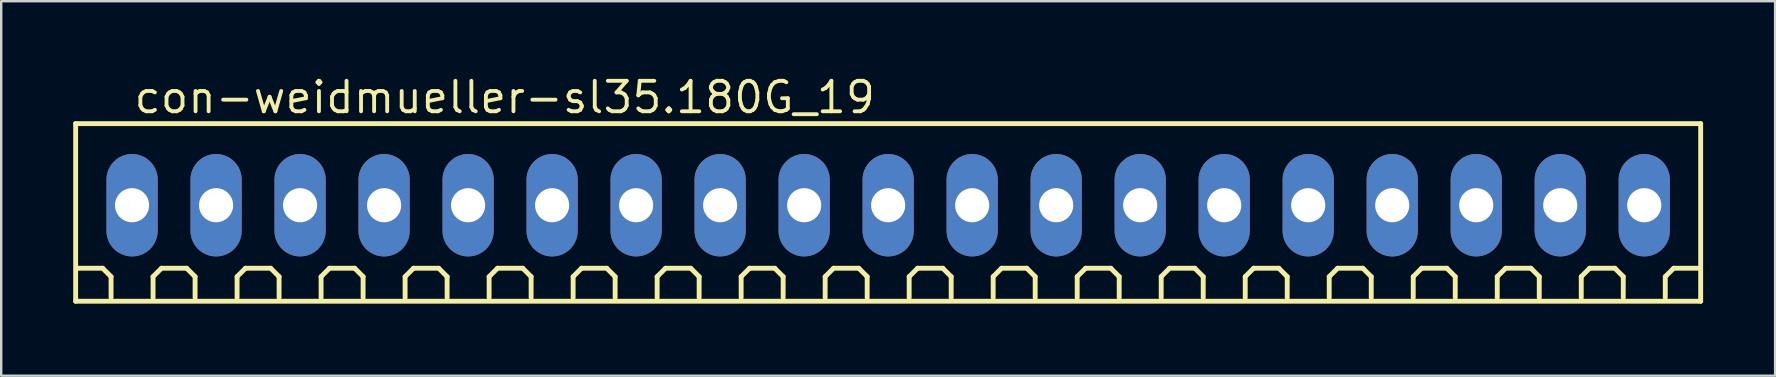
<source format=kicad_pcb>
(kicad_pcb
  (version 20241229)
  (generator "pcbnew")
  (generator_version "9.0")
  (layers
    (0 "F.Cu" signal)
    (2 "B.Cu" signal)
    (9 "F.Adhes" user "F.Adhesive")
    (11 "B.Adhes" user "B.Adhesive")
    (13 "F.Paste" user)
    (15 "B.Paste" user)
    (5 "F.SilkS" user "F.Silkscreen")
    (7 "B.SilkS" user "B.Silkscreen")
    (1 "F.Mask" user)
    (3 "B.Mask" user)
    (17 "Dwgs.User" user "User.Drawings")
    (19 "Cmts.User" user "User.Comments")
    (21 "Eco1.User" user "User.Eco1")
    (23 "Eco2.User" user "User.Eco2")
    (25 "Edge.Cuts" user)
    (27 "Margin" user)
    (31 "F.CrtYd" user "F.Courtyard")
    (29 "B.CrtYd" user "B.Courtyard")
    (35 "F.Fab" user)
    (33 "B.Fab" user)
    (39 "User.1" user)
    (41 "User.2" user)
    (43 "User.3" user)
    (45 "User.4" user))
  (footprint "con-weidmueller-sl35.180G_19"
    (layer "F.Cu")
    (at 33.952 5.5)
    (property "Reference" "con-weidmueller-sl35.180G_19" (at -31.5 -3.75 0) (layer "F.SilkS") (effects (font (size 1.27 1.27) (thickness 0.16)) (justify left bottom)))
    (attr through_hole)
    (fp_line (start -33.85 -3.4) (end 33.85 -3.4) (stroke (width 0.203) (type default)) (layer "F.SilkS"))
    (fp_line (start -33.85 4) (end -33.85 -3.4) (stroke (width 0.203) (type default)) (layer "F.SilkS"))
    (fp_line (start -32.725 2.625) (end -33.775 2.625) (stroke (width 0.203) (type default)) (layer "F.SilkS"))
    (fp_line (start -32.375 2.975) (end -32.725 2.625) (stroke (width 0.203) (type default)) (layer "F.SilkS"))
    (fp_line (start -32.375 3.85) (end -32.375 2.975) (stroke (width 0.203) (type default)) (layer "F.SilkS"))
    (fp_line (start -30.625 2.975) (end -30.275 2.625) (stroke (width 0.203) (type default)) (layer "F.SilkS"))
    (fp_line (start -30.625 3.85) (end -30.625 2.975) (stroke (width 0.203) (type default)) (layer "F.SilkS"))
    (fp_line (start -30.275 2.625) (end -29.225 2.625) (stroke (width 0.203) (type default)) (layer "F.SilkS"))
    (fp_line (start -29.225 2.625) (end -28.875 2.975) (stroke (width 0.203) (type default)) (layer "F.SilkS"))
    (fp_line (start -28.875 2.975) (end -28.875 3.85) (stroke (width 0.203) (type default)) (layer "F.SilkS"))
    (fp_line (start -27.125 2.975) (end -26.775 2.625) (stroke (width 0.203) (type default)) (layer "F.SilkS"))
    (fp_line (start -27.125 3.85) (end -27.125 2.975) (stroke (width 0.203) (type default)) (layer "F.SilkS"))
    (fp_line (start -26.775 2.625) (end -25.725 2.625) (stroke (width 0.203) (type default)) (layer "F.SilkS"))
    (fp_line (start -25.725 2.625) (end -25.375 2.975) (stroke (width 0.203) (type default)) (layer "F.SilkS"))
    (fp_line (start -25.375 2.975) (end -25.375 3.85) (stroke (width 0.203) (type default)) (layer "F.SilkS"))
    (fp_line (start -23.625 2.975) (end -23.275 2.625) (stroke (width 0.203) (type default)) (layer "F.SilkS"))
    (fp_line (start -23.625 3.85) (end -23.625 2.975) (stroke (width 0.203) (type default)) (layer "F.SilkS"))
    (fp_line (start -23.275 2.625) (end -22.225 2.625) (stroke (width 0.203) (type default)) (layer "F.SilkS"))
    (fp_line (start -22.225 2.625) (end -21.875 2.975) (stroke (width 0.203) (type default)) (layer "F.SilkS"))
    (fp_line (start -21.875 2.975) (end -21.875 3.85) (stroke (width 0.203) (type default)) (layer "F.SilkS"))
    (fp_line (start -20.125 2.975) (end -19.775 2.625) (stroke (width 0.203) (type default)) (layer "F.SilkS"))
    (fp_line (start -20.125 3.85) (end -20.125 2.975) (stroke (width 0.203) (type default)) (layer "F.SilkS"))
    (fp_line (start -19.775 2.625) (end -18.725 2.625) (stroke (width 0.203) (type default)) (layer "F.SilkS"))
    (fp_line (start -18.725 2.625) (end -18.375 2.975) (stroke (width 0.203) (type default)) (layer "F.SilkS"))
    (fp_line (start -18.375 2.975) (end -18.375 3.85) (stroke (width 0.203) (type default)) (layer "F.SilkS"))
    (fp_line (start -16.625 2.975) (end -16.275 2.625) (stroke (width 0.203) (type default)) (layer "F.SilkS"))
    (fp_line (start -16.625 3.85) (end -16.625 2.975) (stroke (width 0.203) (type default)) (layer "F.SilkS"))
    (fp_line (start -16.275 2.625) (end -15.225 2.625) (stroke (width 0.203) (type default)) (layer "F.SilkS"))
    (fp_line (start -15.225 2.625) (end -14.875 2.975) (stroke (width 0.203) (type default)) (layer "F.SilkS"))
    (fp_line (start -14.875 2.975) (end -14.875 3.85) (stroke (width 0.203) (type default)) (layer "F.SilkS"))
    (fp_line (start -13.125 2.975) (end -12.775 2.625) (stroke (width 0.203) (type default)) (layer "F.SilkS"))
    (fp_line (start -13.125 3.85) (end -13.125 2.975) (stroke (width 0.203) (type default)) (layer "F.SilkS"))
    (fp_line (start -12.775 2.625) (end -11.725 2.625) (stroke (width 0.203) (type default)) (layer "F.SilkS"))
    (fp_line (start -11.725 2.625) (end -11.375 2.975) (stroke (width 0.203) (type default)) (layer "F.SilkS"))
    (fp_line (start -11.375 2.975) (end -11.375 3.85) (stroke (width 0.203) (type default)) (layer "F.SilkS"))
    (fp_line (start -9.625 2.975) (end -9.275 2.625) (stroke (width 0.203) (type default)) (layer "F.SilkS"))
    (fp_line (start -9.625 3.85) (end -9.625 2.975) (stroke (width 0.203) (type default)) (layer "F.SilkS"))
    (fp_line (start -9.275 2.625) (end -8.225 2.625) (stroke (width 0.203) (type default)) (layer "F.SilkS"))
    (fp_line (start -8.225 2.625) (end -7.875 2.975) (stroke (width 0.203) (type default)) (layer "F.SilkS"))
    (fp_line (start -7.875 2.975) (end -7.875 3.85) (stroke (width 0.203) (type default)) (layer "F.SilkS"))
    (fp_line (start -6.125 2.975) (end -5.775 2.625) (stroke (width 0.203) (type default)) (layer "F.SilkS"))
    (fp_line (start -6.125 3.85) (end -6.125 2.975) (stroke (width 0.203) (type default)) (layer "F.SilkS"))
    (fp_line (start -5.775 2.625) (end -4.725 2.625) (stroke (width 0.203) (type default)) (layer "F.SilkS"))
    (fp_line (start -4.725 2.625) (end -4.375 2.975) (stroke (width 0.203) (type default)) (layer "F.SilkS"))
    (fp_line (start -4.375 2.975) (end -4.375 3.85) (stroke (width 0.203) (type default)) (layer "F.SilkS"))
    (fp_line (start -2.625 2.975) (end -2.275 2.625) (stroke (width 0.203) (type default)) (layer "F.SilkS"))
    (fp_line (start -2.625 3.85) (end -2.625 2.975) (stroke (width 0.203) (type default)) (layer "F.SilkS"))
    (fp_line (start -2.275 2.625) (end -1.225 2.625) (stroke (width 0.203) (type default)) (layer "F.SilkS"))
    (fp_line (start -1.225 2.625) (end -0.875 2.975) (stroke (width 0.203) (type default)) (layer "F.SilkS"))
    (fp_line (start -0.875 2.975) (end -0.875 3.85) (stroke (width 0.203) (type default)) (layer "F.SilkS"))
    (fp_line (start 0.875 2.975) (end 1.225 2.625) (stroke (width 0.203) (type default)) (layer "F.SilkS"))
    (fp_line (start 0.875 3.85) (end 0.875 2.975) (stroke (width 0.203) (type default)) (layer "F.SilkS"))
    (fp_line (start 1.225 2.625) (end 2.275 2.625) (stroke (width 0.203) (type default)) (layer "F.SilkS"))
    (fp_line (start 2.275 2.625) (end 2.625 2.975) (stroke (width 0.203) (type default)) (layer "F.SilkS"))
    (fp_line (start 2.625 2.975) (end 2.625 3.85) (stroke (width 0.203) (type default)) (layer "F.SilkS"))
    (fp_line (start 4.375 2.975) (end 4.725 2.625) (stroke (width 0.203) (type default)) (layer "F.SilkS"))
    (fp_line (start 4.375 3.85) (end 4.375 2.975) (stroke (width 0.203) (type default)) (layer "F.SilkS"))
    (fp_line (start 4.725 2.625) (end 5.775 2.625) (stroke (width 0.203) (type default)) (layer "F.SilkS"))
    (fp_line (start 5.775 2.625) (end 6.125 2.975) (stroke (width 0.203) (type default)) (layer "F.SilkS"))
    (fp_line (start 6.125 2.975) (end 6.125 3.85) (stroke (width 0.203) (type default)) (layer "F.SilkS"))
    (fp_line (start 7.875 2.975) (end 8.225 2.625) (stroke (width 0.203) (type default)) (layer "F.SilkS"))
    (fp_line (start 7.875 3.85) (end 7.875 2.975) (stroke (width 0.203) (type default)) (layer "F.SilkS"))
    (fp_line (start 8.225 2.625) (end 9.275 2.625) (stroke (width 0.203) (type default)) (layer "F.SilkS"))
    (fp_line (start 9.275 2.625) (end 9.625 2.975) (stroke (width 0.203) (type default)) (layer "F.SilkS"))
    (fp_line (start 9.625 2.975) (end 9.625 3.85) (stroke (width 0.203) (type default)) (layer "F.SilkS"))
    (fp_line (start 11.375 2.975) (end 11.725 2.625) (stroke (width 0.203) (type default)) (layer "F.SilkS"))
    (fp_line (start 11.375 3.85) (end 11.375 2.975) (stroke (width 0.203) (type default)) (layer "F.SilkS"))
    (fp_line (start 11.725 2.625) (end 12.775 2.625) (stroke (width 0.203) (type default)) (layer "F.SilkS"))
    (fp_line (start 12.775 2.625) (end 13.125 2.975) (stroke (width 0.203) (type default)) (layer "F.SilkS"))
    (fp_line (start 13.125 2.975) (end 13.125 3.85) (stroke (width 0.203) (type default)) (layer "F.SilkS"))
    (fp_line (start 14.875 2.975) (end 15.225 2.625) (stroke (width 0.203) (type default)) (layer "F.SilkS"))
    (fp_line (start 14.875 3.85) (end 14.875 2.975) (stroke (width 0.203) (type default)) (layer "F.SilkS"))
    (fp_line (start 15.225 2.625) (end 16.275 2.625) (stroke (width 0.203) (type default)) (layer "F.SilkS"))
    (fp_line (start 16.275 2.625) (end 16.625 2.975) (stroke (width 0.203) (type default)) (layer "F.SilkS"))
    (fp_line (start 16.625 2.975) (end 16.625 3.85) (stroke (width 0.203) (type default)) (layer "F.SilkS"))
    (fp_line (start 18.375 2.975) (end 18.725 2.625) (stroke (width 0.203) (type default)) (layer "F.SilkS"))
    (fp_line (start 18.375 3.85) (end 18.375 2.975) (stroke (width 0.203) (type default)) (layer "F.SilkS"))
    (fp_line (start 18.725 2.625) (end 19.775 2.625) (stroke (width 0.203) (type default)) (layer "F.SilkS"))
    (fp_line (start 19.775 2.625) (end 20.125 2.975) (stroke (width 0.203) (type default)) (layer "F.SilkS"))
    (fp_line (start 20.125 2.975) (end 20.125 3.85) (stroke (width 0.203) (type default)) (layer "F.SilkS"))
    (fp_line (start 21.875 2.975) (end 22.225 2.625) (stroke (width 0.203) (type default)) (layer "F.SilkS"))
    (fp_line (start 21.875 3.85) (end 21.875 2.975) (stroke (width 0.203) (type default)) (layer "F.SilkS"))
    (fp_line (start 22.225 2.625) (end 23.275 2.625) (stroke (width 0.203) (type default)) (layer "F.SilkS"))
    (fp_line (start 23.275 2.625) (end 23.625 2.975) (stroke (width 0.203) (type default)) (layer "F.SilkS"))
    (fp_line (start 23.625 2.975) (end 23.625 3.85) (stroke (width 0.203) (type default)) (layer "F.SilkS"))
    (fp_line (start 25.375 2.975) (end 25.725 2.625) (stroke (width 0.203) (type default)) (layer "F.SilkS"))
    (fp_line (start 25.375 3.85) (end 25.375 2.975) (stroke (width 0.203) (type default)) (layer "F.SilkS"))
    (fp_line (start 25.725 2.625) (end 26.775 2.625) (stroke (width 0.203) (type default)) (layer "F.SilkS"))
    (fp_line (start 26.775 2.625) (end 27.125 2.975) (stroke (width 0.203) (type default)) (layer "F.SilkS"))
    (fp_line (start 27.125 2.975) (end 27.125 3.85) (stroke (width 0.203) (type default)) (layer "F.SilkS"))
    (fp_line (start 28.875 2.975) (end 29.225 2.625) (stroke (width 0.203) (type default)) (layer "F.SilkS"))
    (fp_line (start 28.875 3.85) (end 28.875 2.975) (stroke (width 0.203) (type default)) (layer "F.SilkS"))
    (fp_line (start 29.225 2.625) (end 30.275 2.625) (stroke (width 0.203) (type default)) (layer "F.SilkS"))
    (fp_line (start 30.275 2.625) (end 30.625 2.975) (stroke (width 0.203) (type default)) (layer "F.SilkS"))
    (fp_line (start 30.625 2.975) (end 30.625 3.85) (stroke (width 0.203) (type default)) (layer "F.SilkS"))
    (fp_line (start 32.375 2.975) (end 32.725 2.625) (stroke (width 0.203) (type default)) (layer "F.SilkS"))
    (fp_line (start 32.375 3.85) (end 32.375 2.975) (stroke (width 0.203) (type default)) (layer "F.SilkS"))
    (fp_line (start 32.725 2.625) (end 33.775 2.625) (stroke (width 0.203) (type default)) (layer "F.SilkS"))
    (fp_line (start 33.85 -3.4) (end 33.85 4) (stroke (width 0.203) (type default)) (layer "F.SilkS"))
    (fp_line (start 33.85 4) (end -33.85 4) (stroke (width 0.203) (type default)) (layer "F.SilkS"))
    (pad "1" thru_hole oval (at -31.5 0 90) (size 4.267 2.134) (drill 1.422) (layers "*.Cu" "*.Mask"))
    (pad "2" thru_hole oval (at -28 0 90) (size 4.267 2.134) (drill 1.422) (layers "*.Cu" "*.Mask"))
    (pad "3" thru_hole oval (at -24.5 0 90) (size 4.267 2.134) (drill 1.422) (layers "*.Cu" "*.Mask"))
    (pad "4" thru_hole oval (at -21 0 90) (size 4.267 2.134) (drill 1.422) (layers "*.Cu" "*.Mask"))
    (pad "5" thru_hole oval (at -17.5 0 90) (size 4.267 2.134) (drill 1.422) (layers "*.Cu" "*.Mask"))
    (pad "6" thru_hole oval (at -14 0 90) (size 4.267 2.134) (drill 1.422) (layers "*.Cu" "*.Mask"))
    (pad "7" thru_hole oval (at -10.5 0 90) (size 4.267 2.134) (drill 1.422) (layers "*.Cu" "*.Mask"))
    (pad "8" thru_hole oval (at -7 0 90) (size 4.267 2.134) (drill 1.422) (layers "*.Cu" "*.Mask"))
    (pad "9" thru_hole oval (at -3.5 0 90) (size 4.267 2.134) (drill 1.422) (layers "*.Cu" "*.Mask"))
    (pad "10" thru_hole oval (at 0 0 90) (size 4.267 2.134) (drill 1.422) (layers "*.Cu" "*.Mask"))
    (pad "11" thru_hole oval (at 3.5 0 90) (size 4.267 2.134) (drill 1.422) (layers "*.Cu" "*.Mask"))
    (pad "12" thru_hole oval (at 7 0 90) (size 4.267 2.134) (drill 1.422) (layers "*.Cu" "*.Mask"))
    (pad "13" thru_hole oval (at 10.5 0 90) (size 4.267 2.134) (drill 1.422) (layers "*.Cu" "*.Mask"))
    (pad "14" thru_hole oval (at 14 0 90) (size 4.267 2.134) (drill 1.422) (layers "*.Cu" "*.Mask"))
    (pad "15" thru_hole oval (at 17.5 0 90) (size 4.267 2.134) (drill 1.422) (layers "*.Cu" "*.Mask"))
    (pad "16" thru_hole oval (at 21 0 90) (size 4.267 2.134) (drill 1.422) (layers "*.Cu" "*.Mask"))
    (pad "17" thru_hole oval (at 24.5 0 90) (size 4.267 2.134) (drill 1.422) (layers "*.Cu" "*.Mask"))
    (pad "18" thru_hole oval (at 28 0 90) (size 4.267 2.134) (drill 1.422) (layers "*.Cu" "*.Mask"))
    (pad "19" thru_hole oval (at 31.5 0 90) (size 4.267 2.134) (drill 1.422) (layers "*.Cu" "*.Mask")))
  (gr_rect
    (start -3 -3)
    (end 70.903 12.602)
    (stroke (width 0.1) (type default))
    (fill no)
    (layer "Edge.Cuts")))
</source>
